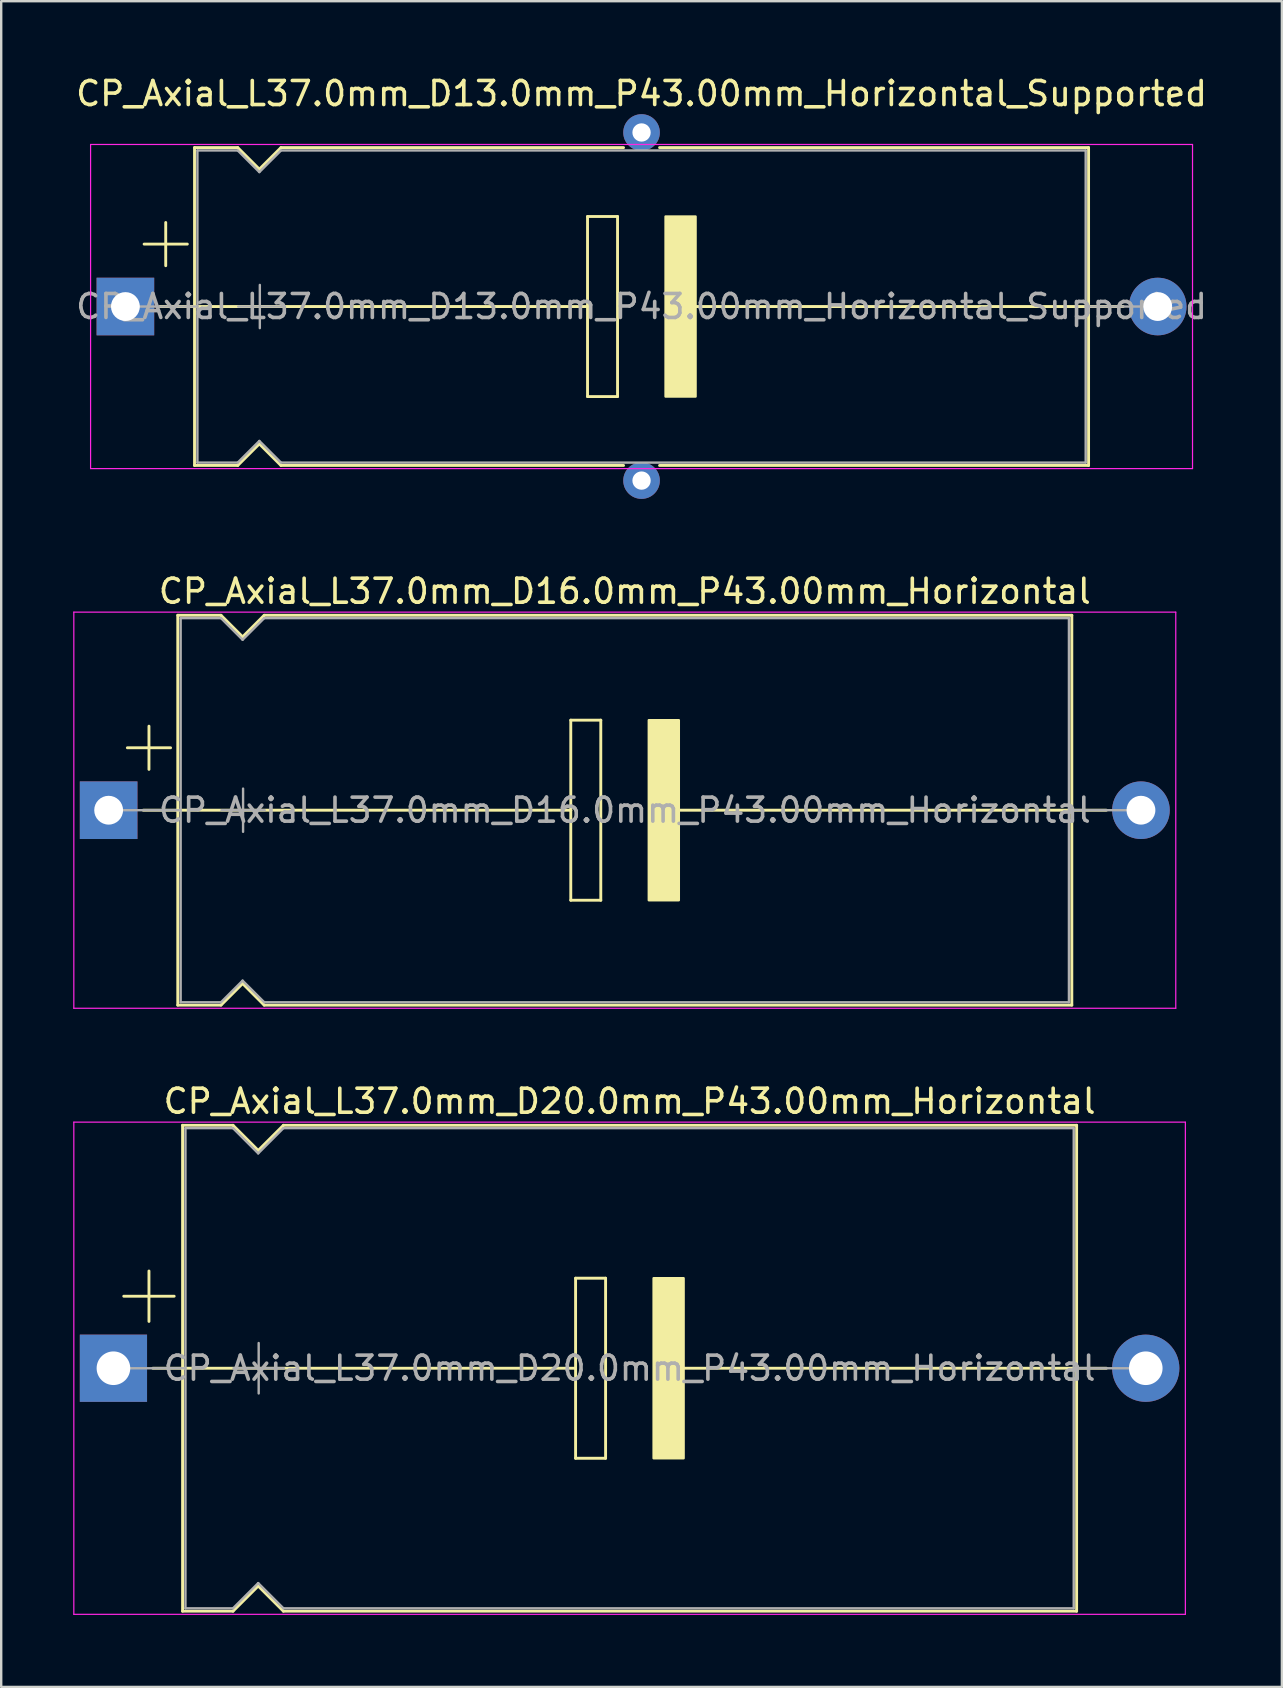
<source format=kicad_pcb>
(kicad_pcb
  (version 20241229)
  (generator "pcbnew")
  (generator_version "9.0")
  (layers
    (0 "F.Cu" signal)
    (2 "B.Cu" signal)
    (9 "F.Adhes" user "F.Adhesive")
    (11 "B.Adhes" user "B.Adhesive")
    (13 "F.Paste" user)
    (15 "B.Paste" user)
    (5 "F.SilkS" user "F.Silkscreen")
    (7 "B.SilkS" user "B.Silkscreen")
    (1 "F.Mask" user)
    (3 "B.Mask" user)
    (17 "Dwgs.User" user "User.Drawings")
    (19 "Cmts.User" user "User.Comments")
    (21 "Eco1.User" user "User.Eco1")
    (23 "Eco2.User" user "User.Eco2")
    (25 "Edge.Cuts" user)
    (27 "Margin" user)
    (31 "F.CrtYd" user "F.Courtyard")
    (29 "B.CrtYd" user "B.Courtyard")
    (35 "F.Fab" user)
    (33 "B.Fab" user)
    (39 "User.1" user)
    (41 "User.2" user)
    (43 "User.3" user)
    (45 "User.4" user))
  (footprint "CP_Axial_L37.0mm_D13.0mm_P43.00mm_Horizontal_Supported"
    (layer "F.Cu")
    (at 2.173 9.718)
    (property "Reference" "CP_Axial_L37.0mm_D13.0mm_P43.00mm_Horizontal_Supported" (at 21.5 -8.87 0) (layer "F.SilkS") (effects (font (size 1 1) (thickness 0.15))))
    (attr through_hole)
    (fp_line (start 0.78 -2.6) (end 2.58 -2.6) (stroke (width 0.12) (type solid)) (layer "F.SilkS"))
    (fp_line (start 1.44 0) (end 2.88 0) (stroke (width 0.12) (type solid)) (layer "F.SilkS"))
    (fp_line (start 1.68 -3.5) (end 1.68 -1.7) (stroke (width 0.12) (type solid)) (layer "F.SilkS"))
    (fp_line (start 2.88 -6.62) (end 2.88 6.62) (stroke (width 0.12) (type solid)) (layer "F.SilkS"))
    (fp_line (start 2.88 -6.62) (end 4.68 -6.62) (stroke (width 0.12) (type solid)) (layer "F.SilkS"))
    (fp_line (start 2.88 0) (end 19.25 0) (stroke (width 0.12) (type solid)) (layer "F.SilkS"))
    (fp_line (start 2.88 6.62) (end 4.68 6.62) (stroke (width 0.12) (type solid)) (layer "F.SilkS"))
    (fp_line (start 4.68 -6.62) (end 5.58 -5.72) (stroke (width 0.12) (type solid)) (layer "F.SilkS"))
    (fp_line (start 4.68 6.62) (end 5.58 5.72) (stroke (width 0.12) (type solid)) (layer "F.SilkS"))
    (fp_line (start 5.58 -5.72) (end 6.48 -6.62) (stroke (width 0.12) (type solid)) (layer "F.SilkS"))
    (fp_line (start 5.58 5.72) (end 6.48 6.62) (stroke (width 0.12) (type solid)) (layer "F.SilkS"))
    (fp_line (start 6.48 -6.62) (end 20.75 -6.62) (stroke (width 0.12) (type solid)) (layer "F.SilkS"))
    (fp_line (start 6.48 6.62) (end 20.75 6.62) (stroke (width 0.12) (type solid)) (layer "F.SilkS"))
    (fp_line (start 19.25 -3.75) (end 20.5 -3.75) (stroke (width 0.12) (type solid)) (layer "F.SilkS"))
    (fp_line (start 19.25 0) (end 19.25 -3.75) (stroke (width 0.12) (type solid)) (layer "F.SilkS"))
    (fp_line (start 19.25 3.75) (end 19.25 0) (stroke (width 0.12) (type solid)) (layer "F.SilkS"))
    (fp_line (start 20.5 -3.75) (end 20.5 3.75) (stroke (width 0.12) (type solid)) (layer "F.SilkS"))
    (fp_line (start 20.5 3.75) (end 19.25 3.75) (stroke (width 0.12) (type solid)) (layer "F.SilkS"))
    (fp_line (start 22.25 -6.62) (end 40.12 -6.62) (stroke (width 0.12) (type solid)) (layer "F.SilkS"))
    (fp_line (start 22.25 6.62) (end 40.12 6.62) (stroke (width 0.12) (type solid)) (layer "F.SilkS"))
    (fp_line (start 23.75 0) (end 40.132 0) (stroke (width 0.12) (type solid)) (layer "F.SilkS"))
    (fp_line (start 40.12 -6.62) (end 40.12 6.62) (stroke (width 0.12) (type solid)) (layer "F.SilkS"))
    (fp_line (start 41.56 0) (end 40.12 0) (stroke (width 0.12) (type solid)) (layer "F.SilkS"))
    (fp_poly (pts (xy 23.75 3.75) (xy 22.5 3.75) (xy 22.5 -3.75) (xy 23.75 -3.75)) (stroke (width 0.1) (type solid)) (fill yes) (layer "F.SilkS"))
    (fp_line (start -1.45 -6.75) (end -1.45 6.75) (stroke (width 0.05) (type solid)) (layer "F.CrtYd"))
    (fp_line (start -1.45 6.75) (end 44.45 6.75) (stroke (width 0.05) (type solid)) (layer "F.CrtYd"))
    (fp_line (start 44.45 -6.75) (end -1.45 -6.75) (stroke (width 0.05) (type solid)) (layer "F.CrtYd"))
    (fp_line (start 44.45 6.75) (end 44.45 -6.75) (stroke (width 0.05) (type solid)) (layer "F.CrtYd"))
    (fp_line (start 0 0) (end 3 0) (stroke (width 0.1) (type solid)) (layer "F.Fab"))
    (fp_line (start 3 -6.5) (end 3 6.5) (stroke (width 0.1) (type solid)) (layer "F.Fab"))
    (fp_line (start 3 -6.5) (end 4.68 -6.5) (stroke (width 0.1) (type solid)) (layer "F.Fab"))
    (fp_line (start 3 6.5) (end 4.68 6.5) (stroke (width 0.1) (type solid)) (layer "F.Fab"))
    (fp_line (start 4.68 -6.5) (end 5.58 -5.6) (stroke (width 0.1) (type solid)) (layer "F.Fab"))
    (fp_line (start 4.68 6.5) (end 5.58 5.6) (stroke (width 0.1) (type solid)) (layer "F.Fab"))
    (fp_line (start 4.7 0) (end 6.5 0) (stroke (width 0.1) (type solid)) (layer "F.Fab"))
    (fp_line (start 5.58 -5.6) (end 6.48 -6.5) (stroke (width 0.1) (type solid)) (layer "F.Fab"))
    (fp_line (start 5.58 5.6) (end 6.48 6.5) (stroke (width 0.1) (type solid)) (layer "F.Fab"))
    (fp_line (start 5.6 -0.9) (end 5.6 0.9) (stroke (width 0.1) (type solid)) (layer "F.Fab"))
    (fp_line (start 6.48 -6.5) (end 40 -6.5) (stroke (width 0.1) (type solid)) (layer "F.Fab"))
    (fp_line (start 6.48 6.5) (end 40 6.5) (stroke (width 0.1) (type solid)) (layer "F.Fab"))
    (fp_line (start 40 -6.5) (end 40 6.5) (stroke (width 0.1) (type solid)) (layer "F.Fab"))
    (fp_line (start 43 0) (end 40 0) (stroke (width 0.1) (type solid)) (layer "F.Fab"))
    (fp_text user "${REFERENCE}" (at 21.5 0 0) (layer "F.Fab") (effects (font (size 1 1) (thickness 0.15))))
    (pad "" thru_hole circle (at 21.5 -7.25) (size 1.524 1.524) (drill 0.762) (layers "*.Cu" "*.Mask"))
    (pad "" thru_hole circle (at 21.5 7.25) (size 1.524 1.524) (drill 0.762) (layers "*.Cu" "*.Mask"))
    (pad "1" thru_hole rect (at 0 0) (size 2.4 2.4) (drill 1.2) (layers "*.Cu" "*.Mask"))
    (pad "2" thru_hole oval (at 43 0) (size 2.4 2.4) (drill 1.2) (layers "*.Cu" "*.Mask")))
  (footprint "CP_Axial_L37.0mm_D20.0mm_P43.00mm_Horizontal"
    (layer "F.Cu")
    (at 1.675 53.942)
    (property "Reference" "CP_Axial_L37.0mm_D20.0mm_P43.00mm_Horizontal" (at 21.5 -11.12 0) (layer "F.SilkS") (effects (font (size 1 1) (thickness 0.15))))
    (attr through_hole)
    (fp_line (start 0.43 -3) (end 2.53 -3) (stroke (width 0.12) (type solid)) (layer "F.SilkS"))
    (fp_line (start 1.48 -4.05) (end 1.48 -1.95) (stroke (width 0.12) (type solid)) (layer "F.SilkS"))
    (fp_line (start 1.64 0) (end 2.88 0) (stroke (width 0.12) (type solid)) (layer "F.SilkS"))
    (fp_line (start 2.88 -10.12) (end 2.88 10.12) (stroke (width 0.12) (type solid)) (layer "F.SilkS"))
    (fp_line (start 2.88 -10.12) (end 4.98 -10.12) (stroke (width 0.12) (type solid)) (layer "F.SilkS"))
    (fp_line (start 2.88 0) (end 19.25 0) (stroke (width 0.12) (type solid)) (layer "F.SilkS"))
    (fp_line (start 2.88 10.12) (end 4.98 10.12) (stroke (width 0.12) (type solid)) (layer "F.SilkS"))
    (fp_line (start 4.98 -10.12) (end 6.03 -9.07) (stroke (width 0.12) (type solid)) (layer "F.SilkS"))
    (fp_line (start 4.98 10.12) (end 6.03 9.07) (stroke (width 0.12) (type solid)) (layer "F.SilkS"))
    (fp_line (start 6.03 -9.07) (end 7.08 -10.12) (stroke (width 0.12) (type solid)) (layer "F.SilkS"))
    (fp_line (start 6.03 9.07) (end 7.08 10.12) (stroke (width 0.12) (type solid)) (layer "F.SilkS"))
    (fp_line (start 7.08 -10.12) (end 40.12 -10.12) (stroke (width 0.12) (type solid)) (layer "F.SilkS"))
    (fp_line (start 7.08 10.12) (end 40.12 10.12) (stroke (width 0.12) (type solid)) (layer "F.SilkS"))
    (fp_line (start 19.25 -3.75) (end 20.5 -3.75) (stroke (width 0.12) (type solid)) (layer "F.SilkS"))
    (fp_line (start 19.25 0) (end 19.25 -3.75) (stroke (width 0.12) (type solid)) (layer "F.SilkS"))
    (fp_line (start 19.25 3.75) (end 19.25 0) (stroke (width 0.12) (type solid)) (layer "F.SilkS"))
    (fp_line (start 20.5 -3.75) (end 20.5 3.75) (stroke (width 0.12) (type solid)) (layer "F.SilkS"))
    (fp_line (start 20.5 3.75) (end 19.25 3.75) (stroke (width 0.12) (type solid)) (layer "F.SilkS"))
    (fp_line (start 23.75 0) (end 40.132 0) (stroke (width 0.12) (type solid)) (layer "F.SilkS"))
    (fp_line (start 40.12 -10.12) (end 40.12 10.12) (stroke (width 0.12) (type solid)) (layer "F.SilkS"))
    (fp_line (start 41.36 0) (end 40.12 0) (stroke (width 0.12) (type solid)) (layer "F.SilkS"))
    (fp_poly (pts (xy 23.75 3.75) (xy 22.5 3.75) (xy 22.5 -3.75) (xy 23.75 -3.75)) (stroke (width 0.1) (type solid)) (fill yes) (layer "F.SilkS"))
    (fp_line (start -1.65 -10.25) (end -1.65 10.25) (stroke (width 0.05) (type solid)) (layer "F.CrtYd"))
    (fp_line (start -1.65 10.25) (end 44.65 10.25) (stroke (width 0.05) (type solid)) (layer "F.CrtYd"))
    (fp_line (start 44.65 -10.25) (end -1.65 -10.25) (stroke (width 0.05) (type solid)) (layer "F.CrtYd"))
    (fp_line (start 44.65 10.25) (end 44.65 -10.25) (stroke (width 0.05) (type solid)) (layer "F.CrtYd"))
    (fp_line (start 0 0) (end 3 0) (stroke (width 0.1) (type solid)) (layer "F.Fab"))
    (fp_line (start 3 -10) (end 3 10) (stroke (width 0.1) (type solid)) (layer "F.Fab"))
    (fp_line (start 3 -10) (end 4.98 -10) (stroke (width 0.1) (type solid)) (layer "F.Fab"))
    (fp_line (start 3 10) (end 4.98 10) (stroke (width 0.1) (type solid)) (layer "F.Fab"))
    (fp_line (start 4.98 -10) (end 6.03 -8.95) (stroke (width 0.1) (type solid)) (layer "F.Fab"))
    (fp_line (start 4.98 10) (end 6.03 8.95) (stroke (width 0.1) (type solid)) (layer "F.Fab"))
    (fp_line (start 5 0) (end 7.1 0) (stroke (width 0.1) (type solid)) (layer "F.Fab"))
    (fp_line (start 6.03 -8.95) (end 7.08 -10) (stroke (width 0.1) (type solid)) (layer "F.Fab"))
    (fp_line (start 6.03 8.95) (end 7.08 10) (stroke (width 0.1) (type solid)) (layer "F.Fab"))
    (fp_line (start 6.05 -1.05) (end 6.05 1.05) (stroke (width 0.1) (type solid)) (layer "F.Fab"))
    (fp_line (start 7.08 -10) (end 40 -10) (stroke (width 0.1) (type solid)) (layer "F.Fab"))
    (fp_line (start 7.08 10) (end 40 10) (stroke (width 0.1) (type solid)) (layer "F.Fab"))
    (fp_line (start 40 -10) (end 40 10) (stroke (width 0.1) (type solid)) (layer "F.Fab"))
    (fp_line (start 43 0) (end 40 0) (stroke (width 0.1) (type solid)) (layer "F.Fab"))
    (fp_text user "${REFERENCE}" (at 21.5 0 0) (layer "F.Fab") (effects (font (size 1 1) (thickness 0.15))))
    (pad "1" thru_hole rect (at 0 0) (size 2.8 2.8) (drill 1.4) (layers "*.Cu" "*.Mask"))
    (pad "2" thru_hole oval (at 43 0) (size 2.8 2.8) (drill 1.4) (layers "*.Cu" "*.Mask")))
  (footprint "CP_Axial_L37.0mm_D16.0mm_P43.00mm_Horizontal"
    (layer "F.Cu")
    (at 1.475 30.698)
    (property "Reference" "CP_Axial_L37.0mm_D16.0mm_P43.00mm_Horizontal" (at 21.5 -9.12 0) (layer "F.SilkS") (effects (font (size 1 1) (thickness 0.15))))
    (attr through_hole)
    (fp_line (start 0.78 -2.6) (end 2.58 -2.6) (stroke (width 0.12) (type solid)) (layer "F.SilkS"))
    (fp_line (start 1.44 0) (end 2.88 0) (stroke (width 0.12) (type solid)) (layer "F.SilkS"))
    (fp_line (start 1.68 -3.5) (end 1.68 -1.7) (stroke (width 0.12) (type solid)) (layer "F.SilkS"))
    (fp_line (start 2.88 -8.12) (end 2.88 8.12) (stroke (width 0.12) (type solid)) (layer "F.SilkS"))
    (fp_line (start 2.88 -8.12) (end 4.68 -8.12) (stroke (width 0.12) (type solid)) (layer "F.SilkS"))
    (fp_line (start 2.88 0) (end 19.25 0) (stroke (width 0.12) (type solid)) (layer "F.SilkS"))
    (fp_line (start 2.88 8.12) (end 4.68 8.12) (stroke (width 0.12) (type solid)) (layer "F.SilkS"))
    (fp_line (start 4.68 -8.12) (end 5.58 -7.22) (stroke (width 0.12) (type solid)) (layer "F.SilkS"))
    (fp_line (start 4.68 8.12) (end 5.58 7.22) (stroke (width 0.12) (type solid)) (layer "F.SilkS"))
    (fp_line (start 5.58 -7.22) (end 6.48 -8.12) (stroke (width 0.12) (type solid)) (layer "F.SilkS"))
    (fp_line (start 5.58 7.22) (end 6.48 8.12) (stroke (width 0.12) (type solid)) (layer "F.SilkS"))
    (fp_line (start 6.48 -8.12) (end 40.12 -8.12) (stroke (width 0.12) (type solid)) (layer "F.SilkS"))
    (fp_line (start 6.48 8.12) (end 40.12 8.12) (stroke (width 0.12) (type solid)) (layer "F.SilkS"))
    (fp_line (start 19.25 -3.75) (end 20.5 -3.75) (stroke (width 0.12) (type solid)) (layer "F.SilkS"))
    (fp_line (start 19.25 0) (end 19.25 -3.75) (stroke (width 0.12) (type solid)) (layer "F.SilkS"))
    (fp_line (start 19.25 3.75) (end 19.25 0) (stroke (width 0.12) (type solid)) (layer "F.SilkS"))
    (fp_line (start 20.5 -3.75) (end 20.5 3.75) (stroke (width 0.12) (type solid)) (layer "F.SilkS"))
    (fp_line (start 20.5 3.75) (end 19.25 3.75) (stroke (width 0.12) (type solid)) (layer "F.SilkS"))
    (fp_line (start 23.75 0) (end 40.12 0) (stroke (width 0.12) (type solid)) (layer "F.SilkS"))
    (fp_line (start 40.12 -8.12) (end 40.12 8.12) (stroke (width 0.12) (type solid)) (layer "F.SilkS"))
    (fp_line (start 41.56 0) (end 40.12 0) (stroke (width 0.12) (type solid)) (layer "F.SilkS"))
    (fp_poly (pts (xy 23.75 3.75) (xy 22.5 3.75) (xy 22.5 -3.75) (xy 23.75 -3.75)) (stroke (width 0.1) (type solid)) (fill yes) (layer "F.SilkS"))
    (fp_line (start -1.45 -8.25) (end -1.45 8.25) (stroke (width 0.05) (type solid)) (layer "F.CrtYd"))
    (fp_line (start -1.45 8.25) (end 44.45 8.25) (stroke (width 0.05) (type solid)) (layer "F.CrtYd"))
    (fp_line (start 44.45 -8.25) (end -1.45 -8.25) (stroke (width 0.05) (type solid)) (layer "F.CrtYd"))
    (fp_line (start 44.45 8.25) (end 44.45 -8.25) (stroke (width 0.05) (type solid)) (layer "F.CrtYd"))
    (fp_line (start 0 0) (end 3 0) (stroke (width 0.1) (type solid)) (layer "F.Fab"))
    (fp_line (start 3 -8) (end 3 8) (stroke (width 0.1) (type solid)) (layer "F.Fab"))
    (fp_line (start 3 -8) (end 4.68 -8) (stroke (width 0.1) (type solid)) (layer "F.Fab"))
    (fp_line (start 3 8) (end 4.68 8) (stroke (width 0.1) (type solid)) (layer "F.Fab"))
    (fp_line (start 4.68 -8) (end 5.58 -7.1) (stroke (width 0.1) (type solid)) (layer "F.Fab"))
    (fp_line (start 4.68 8) (end 5.58 7.1) (stroke (width 0.1) (type solid)) (layer "F.Fab"))
    (fp_line (start 4.7 0) (end 6.5 0) (stroke (width 0.1) (type solid)) (layer "F.Fab"))
    (fp_line (start 5.58 -7.1) (end 6.48 -8) (stroke (width 0.1) (type solid)) (layer "F.Fab"))
    (fp_line (start 5.58 7.1) (end 6.48 8) (stroke (width 0.1) (type solid)) (layer "F.Fab"))
    (fp_line (start 5.6 -0.9) (end 5.6 0.9) (stroke (width 0.1) (type solid)) (layer "F.Fab"))
    (fp_line (start 6.48 -8) (end 40 -8) (stroke (width 0.1) (type solid)) (layer "F.Fab"))
    (fp_line (start 6.48 8) (end 40 8) (stroke (width 0.1) (type solid)) (layer "F.Fab"))
    (fp_line (start 40 -8) (end 40 8) (stroke (width 0.1) (type solid)) (layer "F.Fab"))
    (fp_line (start 43 0) (end 40 0) (stroke (width 0.1) (type solid)) (layer "F.Fab"))
    (fp_text user "${REFERENCE}" (at 21.5 0 0) (layer "F.Fab") (effects (font (size 1 1) (thickness 0.15))))
    (pad "1" thru_hole rect (at 0 0) (size 2.4 2.4) (drill 1.2) (layers "*.Cu" "*.Mask"))
    (pad "2" thru_hole oval (at 43 0) (size 2.4 2.4) (drill 1.2) (layers "*.Cu" "*.Mask")))
  (gr_rect
    (start -3 -3)
    (end 50.345 67.217)
    (stroke (width 0.1) (type default))
    (fill no)
    (layer "Edge.Cuts")))
</source>
